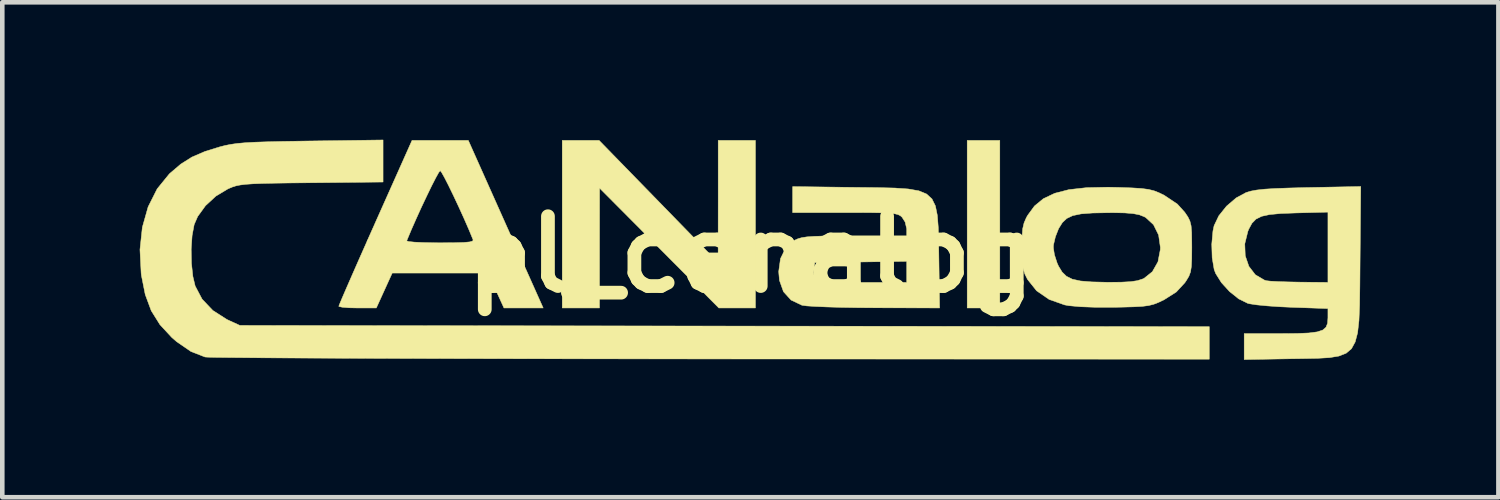
<source format=kicad_pcb>
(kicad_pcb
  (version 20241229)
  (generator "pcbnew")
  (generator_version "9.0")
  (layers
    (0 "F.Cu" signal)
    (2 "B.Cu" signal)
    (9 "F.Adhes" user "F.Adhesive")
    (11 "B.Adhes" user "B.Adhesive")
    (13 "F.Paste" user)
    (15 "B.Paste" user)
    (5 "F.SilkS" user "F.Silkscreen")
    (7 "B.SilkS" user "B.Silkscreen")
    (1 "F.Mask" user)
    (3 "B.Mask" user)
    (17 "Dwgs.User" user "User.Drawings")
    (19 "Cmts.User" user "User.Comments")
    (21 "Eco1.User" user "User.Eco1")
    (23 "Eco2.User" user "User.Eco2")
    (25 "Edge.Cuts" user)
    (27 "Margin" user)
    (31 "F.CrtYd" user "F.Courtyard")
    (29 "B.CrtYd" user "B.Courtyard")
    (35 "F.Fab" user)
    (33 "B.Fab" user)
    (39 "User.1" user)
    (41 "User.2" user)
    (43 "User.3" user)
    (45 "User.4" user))
  (footprint "pl_canalog"
    (layer "F.Cu")
    (at 13.337 2.504)
    (property "Reference" "pl_canalog" (at 0 0 0) (layer "F.SilkS") (effects (font (size 1.524 1.524) (thickness 0.3))))
    (attr through_hole)
    (fp_poly (pts (xy 5.436 1.168) (xy 4.724 1.168) (xy 4.724 -2.489) (xy 5.436 -2.489) (xy 5.436 1.168)) (stroke (width 0.01) (type solid)) (fill yes) (layer "F.SilkS"))
    (fp_poly (pts (xy -2.011 -1.156) (xy -0.712 0.178) (xy -0.711 -1.156) (xy -0.711 -2.489) (xy 0.102 -2.489) (xy 0.102 1.168) (xy -0.697 1.168) (xy -3.3 -1.448) (xy -3.302 1.168) (xy -4.115 1.168) (xy -4.115 -2.489) (xy -3.31 -2.489) (xy -2.011 -1.156)) (stroke (width 0.01) (type solid)) (fill yes) (layer "F.SilkS"))
    (fp_poly (pts (xy -5.348 -0.66) (xy -4.531 1.168) (xy -5.387 1.168) (xy -5.561 0.787) (xy -5.735 0.406) (xy -6.78 0.406) (xy -7.826 0.406) (xy -8.173 1.168) (xy -8.582 1.168) (xy -8.772 1.164) (xy -8.915 1.152) (xy -8.987 1.136) (xy -8.992 1.13) (xy -8.972 1.077) (xy -8.915 0.941) (xy -8.825 0.733) (xy -8.707 0.463) (xy -8.566 0.142) (xy -8.405 -0.221) (xy -8.372 -0.297) (xy -7.51 -0.297) (xy -7.468 -0.282) (xy -7.342 -0.269) (xy -7.149 -0.26) (xy -6.906 -0.255) (xy -6.781 -0.254) (xy -6.479 -0.256) (xy -6.268 -0.262) (xy -6.135 -0.274) (xy -6.07 -0.293) (xy -6.06 -0.318) (xy -6.152 -0.541) (xy -6.26 -0.788) (xy -6.376 -1.043) (xy -6.491 -1.288) (xy -6.597 -1.506) (xy -6.686 -1.68) (xy -6.75 -1.793) (xy -6.779 -1.829) (xy -6.813 -1.785) (xy -6.879 -1.666) (xy -6.97 -1.488) (xy -7.076 -1.269) (xy -7.191 -1.026) (xy -7.304 -0.777) (xy -7.409 -0.539) (xy -7.497 -0.329) (xy -7.51 -0.297) (xy -8.372 -0.297) (xy -8.23 -0.615) (xy -8.193 -0.699) (xy -7.394 -2.489) (xy -6.165 -2.489) (xy -5.348 -0.66)) (stroke (width 0.01) (type solid)) (fill yes) (layer "F.SilkS"))
    (fp_poly (pts (xy 2.276 -1.464) (xy 2.751 -1.459) (xy 3.136 -1.45) (xy 3.438 -1.429) (xy 3.669 -1.389) (xy 3.838 -1.319) (xy 3.955 -1.212) (xy 4.03 -1.06) (xy 4.072 -0.854) (xy 4.093 -0.586) (xy 4.101 -0.247) (xy 4.106 0.086) (xy 4.122 1.168) (xy 2.709 1.164) (xy 2.33 1.161) (xy 1.977 1.155) (xy 1.664 1.146) (xy 1.407 1.135) (xy 1.221 1.123) (xy 1.12 1.109) (xy 1.118 1.109) (xy 0.879 0.995) (xy 0.714 0.813) (xy 0.626 0.565) (xy 0.613 0.416) (xy 1.374 0.416) (xy 1.388 0.487) (xy 1.435 0.538) (xy 1.526 0.573) (xy 1.673 0.594) (xy 1.89 0.605) (xy 2.187 0.609) (xy 2.445 0.61) (xy 3.404 0.61) (xy 3.404 0.15) (xy 1.397 0.178) (xy 1.381 0.321) (xy 1.374 0.416) (xy 0.613 0.416) (xy 0.61 0.371) (xy 0.649 0.09) (xy 0.762 -0.139) (xy 0.941 -0.3) (xy 0.964 -0.313) (xy 1.033 -0.344) (xy 1.115 -0.367) (xy 1.226 -0.384) (xy 1.38 -0.395) (xy 1.591 -0.402) (xy 1.874 -0.405) (xy 2.243 -0.406) (xy 2.273 -0.406) (xy 3.404 -0.406) (xy 3.404 -0.559) (xy 3.369 -0.708) (xy 3.302 -0.813) (xy 3.264 -0.846) (xy 3.214 -0.871) (xy 3.139 -0.889) (xy 3.027 -0.901) (xy 2.862 -0.909) (xy 2.632 -0.913) (xy 2.324 -0.914) (xy 2.057 -0.914) (xy 0.914 -0.914) (xy 0.914 -1.481) (xy 2.276 -1.464)) (stroke (width 0.01) (type solid)) (fill yes) (layer "F.SilkS"))
    (fp_poly (pts (xy 13.299 0.169) (xy 13.295 0.684) (xy 13.289 1.106) (xy 13.275 1.445) (xy 13.245 1.711) (xy 13.192 1.911) (xy 13.112 2.057) (xy 12.995 2.156) (xy 12.837 2.218) (xy 12.63 2.252) (xy 12.368 2.267) (xy 12.043 2.273) (xy 11.773 2.277) (xy 10.77 2.294) (xy 10.77 1.727) (xy 11.571 1.727) (xy 11.92 1.725) (xy 12.18 1.714) (xy 12.364 1.69) (xy 12.485 1.65) (xy 12.556 1.588) (xy 12.59 1.501) (xy 12.598 1.383) (xy 12.598 1.375) (xy 12.598 1.181) (xy 11.824 1.154) (xy 11.535 1.141) (xy 11.267 1.122) (xy 11.042 1.1) (xy 10.885 1.076) (xy 10.846 1.066) (xy 10.651 0.97) (xy 10.451 0.81) (xy 10.273 0.615) (xy 10.148 0.416) (xy 10.115 0.33) (xy 10.071 0.071) (xy 10.062 -0.227) (xy 10.063 -0.233) (xy 10.783 -0.233) (xy 10.793 0.028) (xy 10.872 0.259) (xy 11.013 0.443) (xy 11.21 0.559) (xy 11.254 0.573) (xy 11.342 0.583) (xy 11.508 0.592) (xy 11.728 0.599) (xy 11.976 0.604) (xy 12.598 0.61) (xy 12.598 -0.924) (xy 11.9 -0.906) (xy 11.571 -0.894) (xy 11.326 -0.871) (xy 11.151 -0.833) (xy 11.028 -0.772) (xy 10.94 -0.682) (xy 10.872 -0.557) (xy 10.85 -0.504) (xy 10.783 -0.233) (xy 10.063 -0.233) (xy 10.088 -0.511) (xy 10.113 -0.628) (xy 10.215 -0.842) (xy 10.385 -1.055) (xy 10.596 -1.235) (xy 10.811 -1.351) (xy 10.913 -1.382) (xy 11.042 -1.406) (xy 11.213 -1.425) (xy 11.439 -1.439) (xy 11.736 -1.45) (xy 12.119 -1.46) (xy 12.181 -1.461) (xy 13.314 -1.483) (xy 13.299 0.169)) (stroke (width 0.01) (type solid)) (fill yes) (layer "F.SilkS"))
    (fp_poly (pts (xy -8.026 -2.04) (xy -8.026 -1.581) (xy -9.588 -1.565) (xy -10.029 -1.561) (xy -10.381 -1.556) (xy -10.656 -1.55) (xy -10.866 -1.542) (xy -11.025 -1.531) (xy -11.145 -1.516) (xy -11.238 -1.497) (xy -11.316 -1.472) (xy -11.392 -1.44) (xy -11.416 -1.429) (xy -11.674 -1.274) (xy -11.901 -1.065) (xy -12.072 -0.829) (xy -12.149 -0.652) (xy -12.194 -0.412) (xy -12.214 -0.116) (xy -12.208 0.194) (xy -12.177 0.481) (xy -12.127 0.689) (xy -11.976 0.975) (xy -11.741 1.223) (xy -11.436 1.418) (xy -11.405 1.433) (xy -11.151 1.549) (xy -0.572 1.563) (xy 10.008 1.576) (xy 10.008 1.931) (xy 10.008 2.286) (xy -0.876 2.281) (xy -1.922 2.28) (xy -2.943 2.279) (xy -3.932 2.278) (xy -4.886 2.276) (xy -5.8 2.274) (xy -6.669 2.272) (xy -7.489 2.27) (xy -8.254 2.268) (xy -8.96 2.265) (xy -9.602 2.262) (xy -10.176 2.259) (xy -10.676 2.256) (xy -11.099 2.252) (xy -11.438 2.249) (xy -11.69 2.246) (xy -11.85 2.242) (xy -11.913 2.238) (xy -12.22 2.118) (xy -12.531 1.904) (xy -12.637 1.812) (xy -12.896 1.532) (xy -13.086 1.228) (xy -13.217 0.875) (xy -13.301 0.453) (xy -13.306 0.411) (xy -13.332 -0.106) (xy -13.28 -0.593) (xy -13.154 -1.039) (xy -12.957 -1.431) (xy -12.693 -1.756) (xy -12.676 -1.772) (xy -12.44 -1.973) (xy -12.197 -2.126) (xy -11.914 -2.248) (xy -11.591 -2.348) (xy -11.47 -2.379) (xy -11.347 -2.403) (xy -11.208 -2.423) (xy -11.039 -2.438) (xy -10.828 -2.45) (xy -10.561 -2.459) (xy -10.224 -2.467) (xy -9.804 -2.474) (xy -9.614 -2.477) (xy -8.026 -2.499) (xy -8.026 -2.04)) (stroke (width 0.01) (type solid)) (fill yes) (layer "F.SilkS"))
    (fp_poly (pts (xy 8.034 -1.463) (xy 8.319 -1.453) (xy 8.527 -1.44) (xy 8.68 -1.42) (xy 8.802 -1.39) (xy 8.915 -1.345) (xy 9.025 -1.291) (xy 9.311 -1.1) (xy 9.472 -0.922) (xy 9.541 -0.82) (xy 9.585 -0.73) (xy 9.611 -0.626) (xy 9.623 -0.483) (xy 9.626 -0.275) (xy 9.627 -0.153) (xy 9.625 0.093) (xy 9.617 0.263) (xy 9.598 0.382) (xy 9.563 0.476) (xy 9.506 0.571) (xy 9.474 0.618) (xy 9.288 0.819) (xy 9.027 0.985) (xy 9.02 0.989) (xy 8.901 1.046) (xy 8.796 1.087) (xy 8.684 1.115) (xy 8.545 1.133) (xy 8.358 1.143) (xy 8.101 1.15) (xy 7.928 1.153) (xy 7.528 1.153) (xy 7.195 1.141) (xy 6.944 1.118) (xy 6.85 1.101) (xy 6.513 0.982) (xy 6.239 0.793) (xy 6.041 0.545) (xy 5.982 0.427) (xy 5.945 0.308) (xy 5.925 0.159) (xy 5.919 -0.051) (xy 5.918 -0.152) (xy 6.604 -0.152) (xy 6.628 0.005) (xy 6.687 0.188) (xy 6.718 0.256) (xy 6.796 0.384) (xy 6.89 0.476) (xy 7.019 0.54) (xy 7.198 0.579) (xy 7.444 0.599) (xy 7.774 0.607) (xy 7.798 0.607) (xy 8.084 0.605) (xy 8.291 0.594) (xy 8.439 0.572) (xy 8.551 0.536) (xy 8.585 0.521) (xy 8.766 0.376) (xy 8.888 0.161) (xy 8.939 -0.104) (xy 8.941 -0.152) (xy 8.902 -0.424) (xy 8.791 -0.649) (xy 8.62 -0.807) (xy 8.585 -0.825) (xy 8.481 -0.866) (xy 8.347 -0.892) (xy 8.163 -0.907) (xy 7.907 -0.912) (xy 7.798 -0.911) (xy 7.462 -0.905) (xy 7.211 -0.886) (xy 7.028 -0.848) (xy 6.897 -0.786) (xy 6.801 -0.695) (xy 6.723 -0.57) (xy 6.718 -0.561) (xy 6.649 -0.385) (xy 6.608 -0.21) (xy 6.604 -0.152) (xy 5.918 -0.152) (xy 5.922 -0.392) (xy 5.935 -0.561) (xy 5.965 -0.688) (xy 6.015 -0.803) (xy 6.043 -0.853) (xy 6.193 -1.058) (xy 6.386 -1.217) (xy 6.634 -1.335) (xy 6.945 -1.415) (xy 7.33 -1.458) (xy 7.799 -1.468) (xy 8.034 -1.463)) (stroke (width 0.01) (type solid)) (fill yes) (layer "F.SilkS")))
  (gr_rect
    (start -3 -3)
    (end 29.656 7.803)
    (stroke (width 0.1) (type default))
    (fill no)
    (layer "Edge.Cuts")))
</source>
